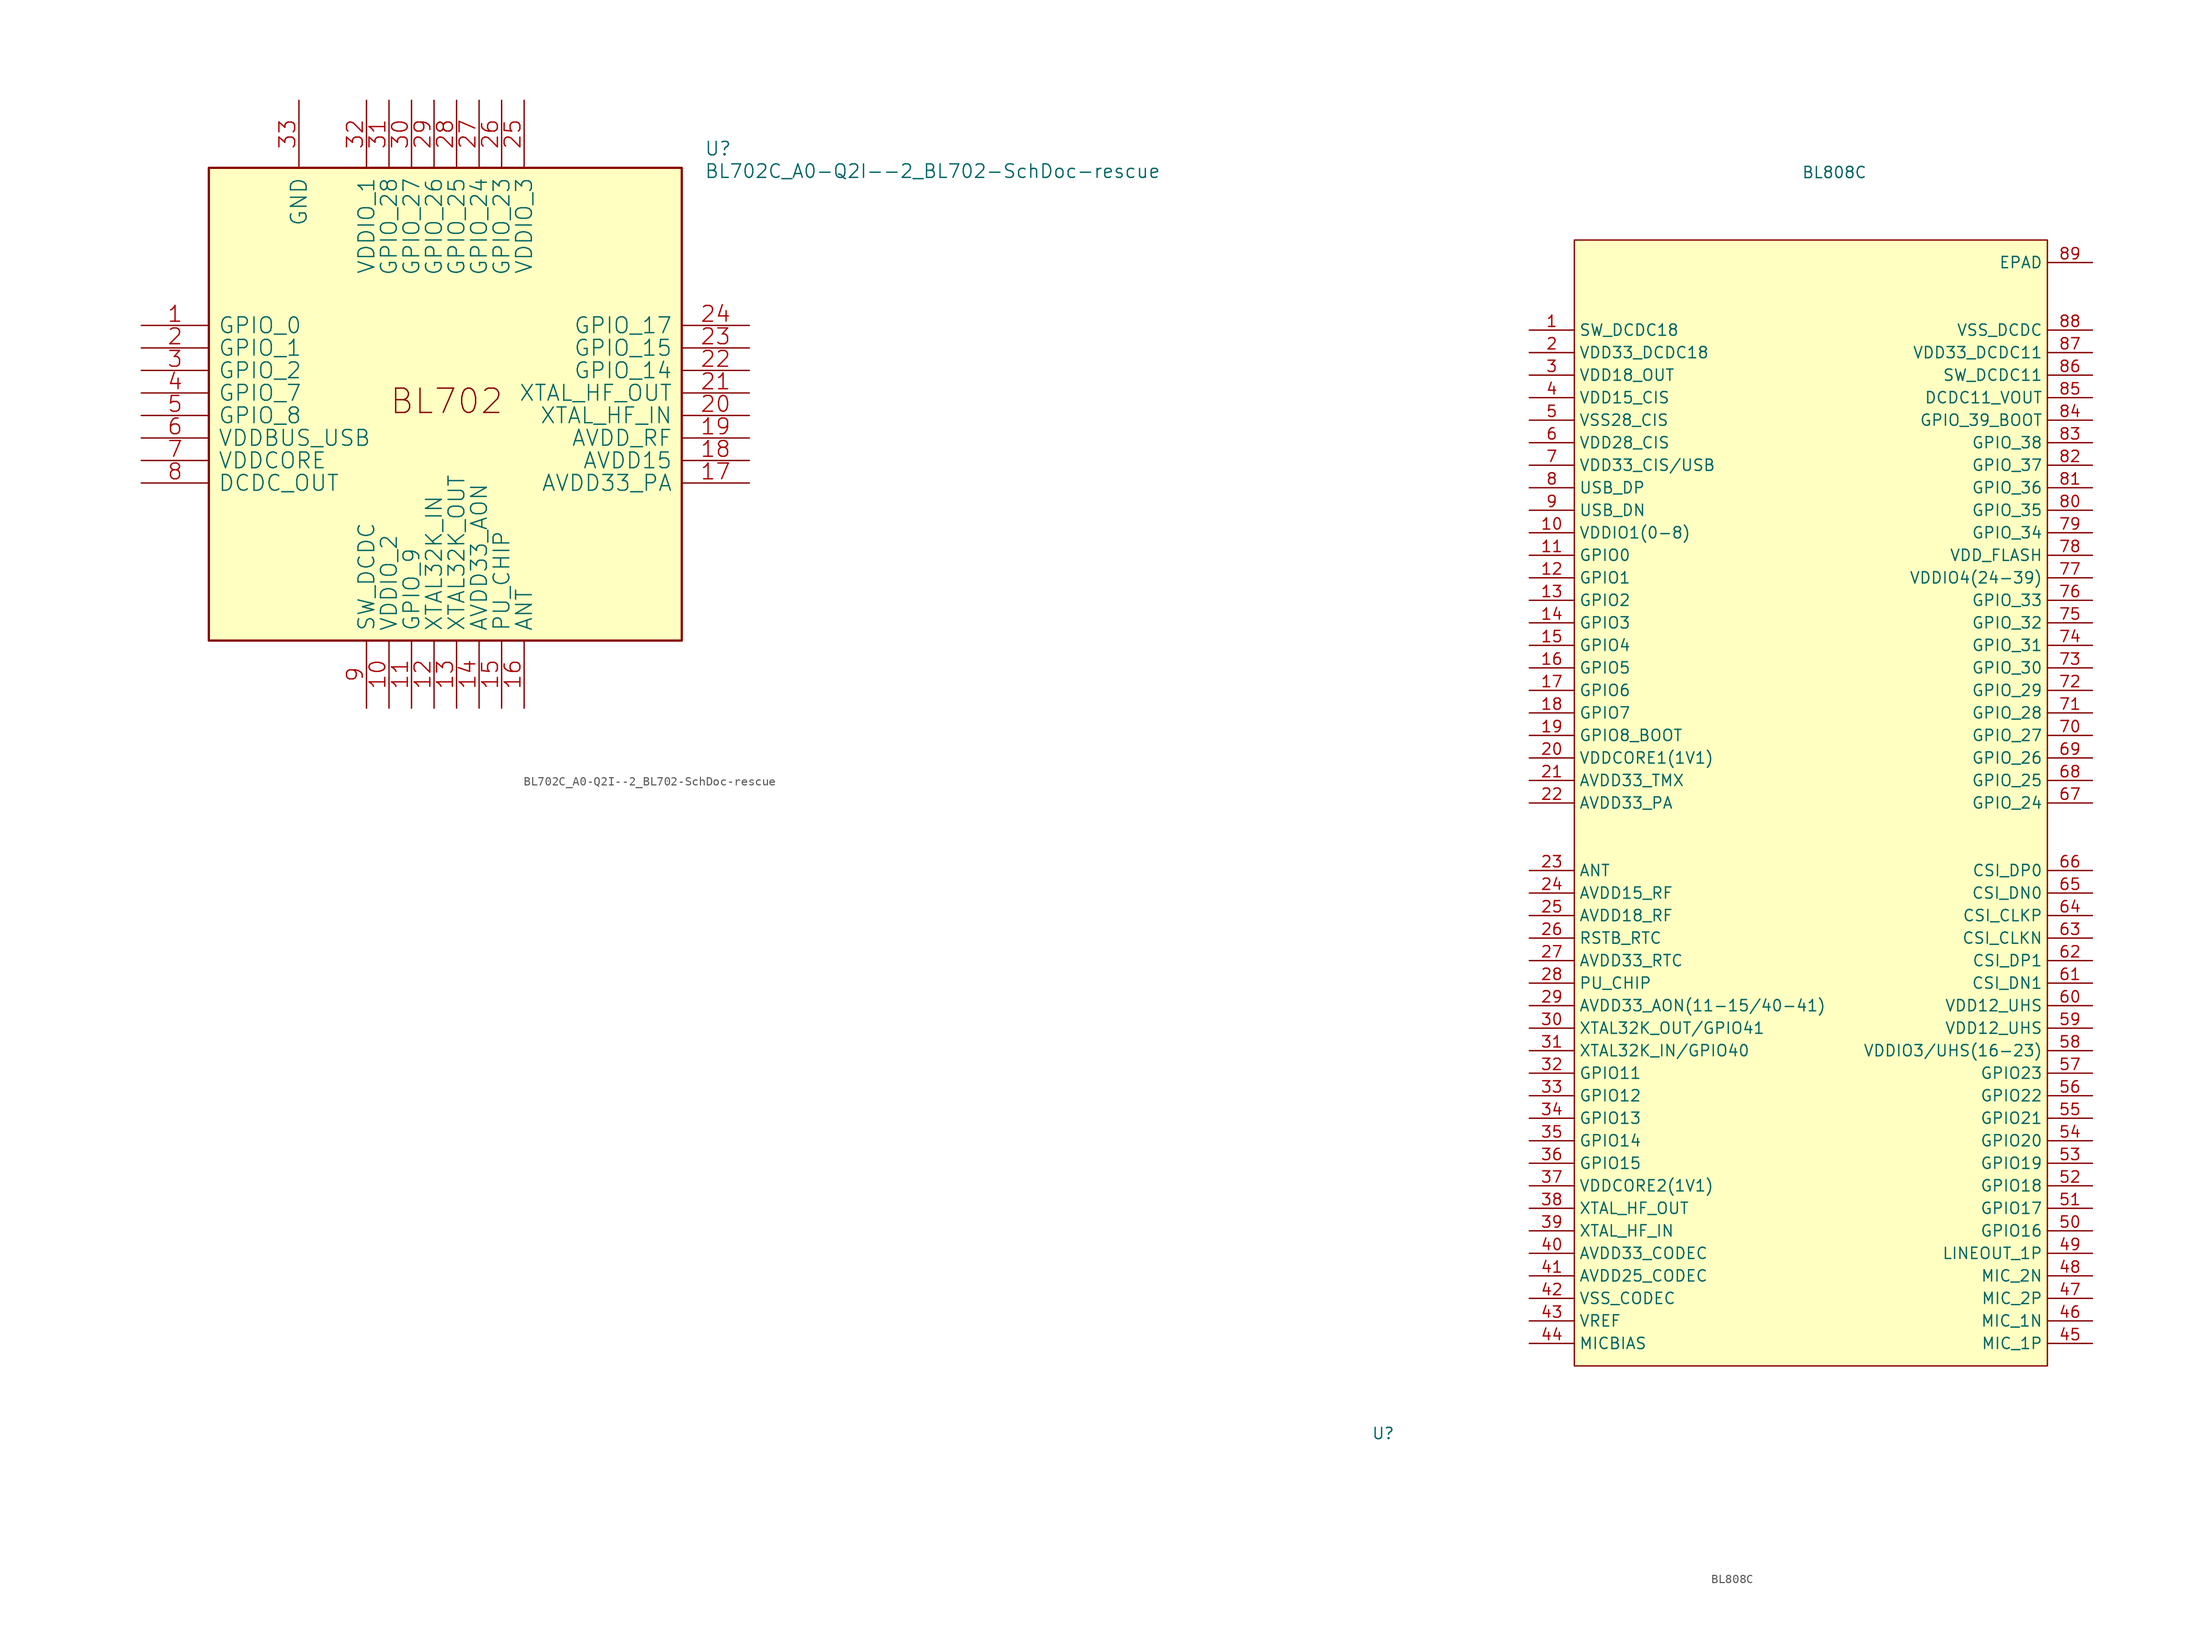
<source format=kicad_sym>
(kicad_symbol_lib
  (version 20211014)
  (generator kicad_symbol_editor)
  (symbol "BL702C_A0-Q2I--2_BL702-SchDoc-rescue"
    (pin_names
      (offset 1.016))
    (property "Reference" "U"
      (at 45.72 44.45 0)
      (effects (font (size 1.524 1.524)) (justify left bottom)))
    (property "Value" "BL702C_A0-Q2I--2_BL702-SchDoc-rescue"
      (at 45.72 41.91 0)
      (effects (font (size 1.524 1.524)) (justify left bottom)))
    (property "Footprint" ""
      (at 0 0 0)
      (effects (font (size 1.524 1.524))))
    (property "Datasheet" ""
      (at 0 0 0)
      (effects (font (size 1.524 1.524))))
    (symbol "BL702C_A0-Q2I--2_BL702-SchDoc-rescue_0_1"
      (rectangle (start -10.16 -10.16) (end 43.18 43.18) (stroke (width 0.254) (type default) (color 0 0 0 0)) (fill (type background)))
      (pin passive line (at -17.78 25.4 0) (length 7.62) (name "GPIO_0" (effects (font (size 1.778 1.778)))) (number "1" (effects (font (size 1.778 1.778)))))
      (pin passive line (at 10.16 -17.78 90) (length 7.62) (name "VDDIO_2" (effects (font (size 1.778 1.778)))) (number "10" (effects (font (size 1.778 1.778)))))
      (pin passive line (at 12.7 -17.78 90) (length 7.62) (name "GPIO_9" (effects (font (size 1.778 1.778)))) (number "11" (effects (font (size 1.778 1.778)))))
      (pin passive line (at 15.24 -17.78 90) (length 7.62) (name "XTAL32K_IN" (effects (font (size 1.778 1.778)))) (number "12" (effects (font (size 1.778 1.778)))))
      (pin passive line (at 17.78 -17.78 90) (length 7.62) (name "XTAL32K_OUT" (effects (font (size 1.778 1.778)))) (number "13" (effects (font (size 1.778 1.778)))))
      (pin passive line (at 20.32 -17.78 90) (length 7.62) (name "AVDD33_AON" (effects (font (size 1.778 1.778)))) (number "14" (effects (font (size 1.778 1.778)))))
      (pin passive line (at 22.86 -17.78 90) (length 7.62) (name "PU_CHIP" (effects (font (size 1.778 1.778)))) (number "15" (effects (font (size 1.778 1.778)))))
      (pin passive line (at 25.4 -17.78 90) (length 7.62) (name "ANT" (effects (font (size 1.778 1.778)))) (number "16" (effects (font (size 1.778 1.778)))))
      (pin passive line (at 50.8 7.62 180) (length 7.62) (name "AVDD33_PA" (effects (font (size 1.778 1.778)))) (number "17" (effects (font (size 1.778 1.778)))))
      (pin passive line (at 50.8 10.16 180) (length 7.62) (name "AVDD15" (effects (font (size 1.778 1.778)))) (number "18" (effects (font (size 1.778 1.778)))))
      (pin passive line (at 50.8 12.7 180) (length 7.62) (name "AVDD_RF" (effects (font (size 1.778 1.778)))) (number "19" (effects (font (size 1.778 1.778)))))
      (pin passive line (at -17.78 22.86 0) (length 7.62) (name "GPIO_1" (effects (font (size 1.778 1.778)))) (number "2" (effects (font (size 1.778 1.778)))))
      (pin passive line (at 50.8 15.24 180) (length 7.62) (name "XTAL_HF_IN" (effects (font (size 1.778 1.778)))) (number "20" (effects (font (size 1.778 1.778)))))
      (pin passive line (at 50.8 17.78 180) (length 7.62) (name "XTAL_HF_OUT" (effects (font (size 1.778 1.778)))) (number "21" (effects (font (size 1.778 1.778)))))
      (pin passive line (at 50.8 20.32 180) (length 7.62) (name "GPIO_14" (effects (font (size 1.778 1.778)))) (number "22" (effects (font (size 1.778 1.778)))))
      (pin passive line (at 50.8 22.86 180) (length 7.62) (name "GPIO_15" (effects (font (size 1.778 1.778)))) (number "23" (effects (font (size 1.778 1.778)))))
      (pin passive line (at 50.8 25.4 180) (length 7.62) (name "GPIO_17" (effects (font (size 1.778 1.778)))) (number "24" (effects (font (size 1.778 1.778)))))
      (pin passive line (at 25.4 50.8 270) (length 7.62) (name "VDDIO_3" (effects (font (size 1.778 1.778)))) (number "25" (effects (font (size 1.778 1.778)))))
      (pin passive line (at 22.86 50.8 270) (length 7.62) (name "GPIO_23" (effects (font (size 1.778 1.778)))) (number "26" (effects (font (size 1.778 1.778)))))
      (pin passive line (at 20.32 50.8 270) (length 7.62) (name "GPIO_24" (effects (font (size 1.778 1.778)))) (number "27" (effects (font (size 1.778 1.778)))))
      (pin passive line (at 17.78 50.8 270) (length 7.62) (name "GPIO_25" (effects (font (size 1.778 1.778)))) (number "28" (effects (font (size 1.778 1.778)))))
      (pin passive line (at 15.24 50.8 270) (length 7.62) (name "GPIO_26" (effects (font (size 1.778 1.778)))) (number "29" (effects (font (size 1.778 1.778)))))
      (pin passive line (at -17.78 20.32 0) (length 7.62) (name "GPIO_2" (effects (font (size 1.778 1.778)))) (number "3" (effects (font (size 1.778 1.778)))))
      (pin passive line (at 12.7 50.8 270) (length 7.62) (name "GPIO_27" (effects (font (size 1.778 1.778)))) (number "30" (effects (font (size 1.778 1.778)))))
      (pin passive line (at 10.16 50.8 270) (length 7.62) (name "GPIO_28" (effects (font (size 1.778 1.778)))) (number "31" (effects (font (size 1.778 1.778)))))
      (pin passive line (at 7.62 50.8 270) (length 7.62) (name "VDDIO_1" (effects (font (size 1.778 1.778)))) (number "32" (effects (font (size 1.778 1.778)))))
      (pin passive line (at 0 50.8 270) (length 7.62) (name "GND" (effects (font (size 1.778 1.778)))) (number "33" (effects (font (size 1.778 1.778)))))
      (pin passive line (at -17.78 17.78 0) (length 7.62) (name "GPIO_7" (effects (font (size 1.778 1.778)))) (number "4" (effects (font (size 1.778 1.778)))))
      (pin passive line (at -17.78 15.24 0) (length 7.62) (name "GPIO_8" (effects (font (size 1.778 1.778)))) (number "5" (effects (font (size 1.778 1.778)))))
      (pin passive line (at -17.78 12.7 0) (length 7.62) (name "VDDBUS_USB" (effects (font (size 1.778 1.778)))) (number "6" (effects (font (size 1.778 1.778)))))
      (pin passive line (at -17.78 10.16 0) (length 7.62) (name "VDDCORE" (effects (font (size 1.778 1.778)))) (number "7" (effects (font (size 1.778 1.778)))))
      (pin passive line (at -17.78 7.62 0) (length 7.62) (name "DCDC_OUT" (effects (font (size 1.778 1.778)))) (number "8" (effects (font (size 1.778 1.778)))))
      (pin passive line (at 7.62 -17.78 90) (length 7.62) (name "SW_DCDC" (effects (font (size 1.778 1.778)))) (number "9" (effects (font (size 1.778 1.778))))))
    (symbol "BL702C_A0-Q2I--2_BL702-SchDoc-rescue_1_1"
      (text "BL702" (at 10.16 15.24 0) (effects (font (size 2.743 2.743)) (justify left bottom)))))
  (symbol "BL808C"
    (property "Reference" "U"
      (at -33.02 -68.58 0)
      (effects (font (size 1.27 1.27)) (justify left)))
    (property "Value" "BL808C"
      (at 22.86 73.66 0)
      (effects (font (size 1.27 1.27)) (justify right)))
    (symbol "BL808C_0_1"
      (rectangle (start -10.16 66.04) (end 43.18 -60.96) (stroke (width 0.152) (type default) (color 0 0 0 0)) (fill (type background))))
    (symbol "BL808C_1_1"
      (pin free line (at -15.24 55.88 0) (length 5.08) (name "SW_DCDC18" (effects (font (size 1.27 1.27)))) (number "1" (effects (font (size 1.27 1.27)))))
      (pin free line (at -15.24 33.02 0) (length 5.08) (name "VDDIO1(0-8)" (effects (font (size 1.27 1.27)))) (number "10" (effects (font (size 1.27 1.27)))))
      (pin free line (at -15.24 30.48 0) (length 5.08) (name "GPIO0" (effects (font (size 1.27 1.27)))) (number "11" (effects (font (size 1.27 1.27)))))
      (pin free line (at -15.24 27.94 0) (length 5.08) (name "GPIO1" (effects (font (size 1.27 1.27)))) (number "12" (effects (font (size 1.27 1.27)))))
      (pin free line (at -15.24 25.4 0) (length 5.08) (name "GPIO2" (effects (font (size 1.27 1.27)))) (number "13" (effects (font (size 1.27 1.27)))))
      (pin free line (at -15.24 22.86 0) (length 5.08) (name "GPIO3" (effects (font (size 1.27 1.27)))) (number "14" (effects (font (size 1.27 1.27)))))
      (pin free line (at -15.24 20.32 0) (length 5.08) (name "GPIO4" (effects (font (size 1.27 1.27)))) (number "15" (effects (font (size 1.27 1.27)))))
      (pin free line (at -15.24 17.78 0) (length 5.08) (name "GPIO5" (effects (font (size 1.27 1.27)))) (number "16" (effects (font (size 1.27 1.27)))))
      (pin free line (at -15.24 15.24 0) (length 5.08) (name "GPIO6" (effects (font (size 1.27 1.27)))) (number "17" (effects (font (size 1.27 1.27)))))
      (pin free line (at -15.24 12.7 0) (length 5.08) (name "GPIO7" (effects (font (size 1.27 1.27)))) (number "18" (effects (font (size 1.27 1.27)))))
      (pin free line (at -15.24 10.16 0) (length 5.08) (name "GPIO8_BOOT" (effects (font (size 1.27 1.27)))) (number "19" (effects (font (size 1.27 1.27)))))
      (pin free line (at -15.24 53.34 0) (length 5.08) (name "VDD33_DCDC18" (effects (font (size 1.27 1.27)))) (number "2" (effects (font (size 1.27 1.27)))))
      (pin free line (at -15.24 7.62 0) (length 5.08) (name "VDDCORE1(1V1)" (effects (font (size 1.27 1.27)))) (number "20" (effects (font (size 1.27 1.27)))))
      (pin free line (at -15.24 5.08 0) (length 5.08) (name "AVDD33_TMX" (effects (font (size 1.27 1.27)))) (number "21" (effects (font (size 1.27 1.27)))))
      (pin free line (at -15.24 2.54 0) (length 5.08) (name "AVDD33_PA" (effects (font (size 1.27 1.27)))) (number "22" (effects (font (size 1.27 1.27)))))
      (pin free line (at -15.24 -5.08 0) (length 5.08) (name "ANT" (effects (font (size 1.27 1.27)))) (number "23" (effects (font (size 1.27 1.27)))))
      (pin free line (at -15.24 -7.62 0) (length 5.08) (name "AVDD15_RF" (effects (font (size 1.27 1.27)))) (number "24" (effects (font (size 1.27 1.27)))))
      (pin free line (at -15.24 -10.16 0) (length 5.08) (name "AVDD18_RF" (effects (font (size 1.27 1.27)))) (number "25" (effects (font (size 1.27 1.27)))))
      (pin free line (at -15.24 -12.7 0) (length 5.08) (name "RSTB_RTC" (effects (font (size 1.27 1.27)))) (number "26" (effects (font (size 1.27 1.27)))))
      (pin free line (at -15.24 -15.24 0) (length 5.08) (name "AVDD33_RTC" (effects (font (size 1.27 1.27)))) (number "27" (effects (font (size 1.27 1.27)))))
      (pin free line (at -15.24 -17.78 0) (length 5.08) (name "PU_CHIP" (effects (font (size 1.27 1.27)))) (number "28" (effects (font (size 1.27 1.27)))))
      (pin free line (at -15.24 -20.32 0) (length 5.08) (name "AVDD33_AON(11-15/40-41)" (effects (font (size 1.27 1.27)))) (number "29" (effects (font (size 1.27 1.27)))))
      (pin free line (at -15.24 50.8 0) (length 5.08) (name "VDD18_OUT" (effects (font (size 1.27 1.27)))) (number "3" (effects (font (size 1.27 1.27)))))
      (pin free line (at -15.24 -22.86 0) (length 5.08) (name "XTAL32K_OUT/GPIO41" (effects (font (size 1.27 1.27)))) (number "30" (effects (font (size 1.27 1.27)))))
      (pin free line (at -15.24 -25.4 0) (length 5.08) (name "XTAL32K_IN/GPIO40" (effects (font (size 1.27 1.27)))) (number "31" (effects (font (size 1.27 1.27)))))
      (pin free line (at -15.24 -27.94 0) (length 5.08) (name "GPIO11" (effects (font (size 1.27 1.27)))) (number "32" (effects (font (size 1.27 1.27)))))
      (pin free line (at -15.24 -30.48 0) (length 5.08) (name "GPIO12" (effects (font (size 1.27 1.27)))) (number "33" (effects (font (size 1.27 1.27)))))
      (pin free line (at -15.24 -33.02 0) (length 5.08) (name "GPIO13" (effects (font (size 1.27 1.27)))) (number "34" (effects (font (size 1.27 1.27)))))
      (pin free line (at -15.24 -35.56 0) (length 5.08) (name "GPIO14" (effects (font (size 1.27 1.27)))) (number "35" (effects (font (size 1.27 1.27)))))
      (pin free line (at -15.24 -38.1 0) (length 5.08) (name "GPIO15" (effects (font (size 1.27 1.27)))) (number "36" (effects (font (size 1.27 1.27)))))
      (pin free line (at -15.24 -40.64 0) (length 5.08) (name "VDDCORE2(1V1)" (effects (font (size 1.27 1.27)))) (number "37" (effects (font (size 1.27 1.27)))))
      (pin free line (at -15.24 -43.18 0) (length 5.08) (name "XTAL_HF_OUT" (effects (font (size 1.27 1.27)))) (number "38" (effects (font (size 1.27 1.27)))))
      (pin free line (at -15.24 -45.72 0) (length 5.08) (name "XTAL_HF_IN" (effects (font (size 1.27 1.27)))) (number "39" (effects (font (size 1.27 1.27)))))
      (pin free line (at -15.24 48.26 0) (length 5.08) (name "VDD15_CIS" (effects (font (size 1.27 1.27)))) (number "4" (effects (font (size 1.27 1.27)))))
      (pin free line (at -15.24 -48.26 0) (length 5.08) (name "AVDD33_CODEC" (effects (font (size 1.27 1.27)))) (number "40" (effects (font (size 1.27 1.27)))))
      (pin free line (at -15.24 -50.8 0) (length 5.08) (name "AVDD25_CODEC" (effects (font (size 1.27 1.27)))) (number "41" (effects (font (size 1.27 1.27)))))
      (pin free line (at -15.24 -53.34 0) (length 5.08) (name "VSS_CODEC" (effects (font (size 1.27 1.27)))) (number "42" (effects (font (size 1.27 1.27)))))
      (pin free line (at -15.24 -55.88 0) (length 5.08) (name "VREF" (effects (font (size 1.27 1.27)))) (number "43" (effects (font (size 1.27 1.27)))))
      (pin free line (at -15.24 -58.42 0) (length 5.08) (name "MICBIAS" (effects (font (size 1.27 1.27)))) (number "44" (effects (font (size 1.27 1.27)))))
      (pin free line (at 48.26 -58.42 180) (length 5.08) (name "MIC_1P" (effects (font (size 1.27 1.27)))) (number "45" (effects (font (size 1.27 1.27)))))
      (pin free line (at 48.26 -55.88 180) (length 5.08) (name "MIC_1N" (effects (font (size 1.27 1.27)))) (number "46" (effects (font (size 1.27 1.27)))))
      (pin free line (at 48.26 -53.34 180) (length 5.08) (name "MIC_2P" (effects (font (size 1.27 1.27)))) (number "47" (effects (font (size 1.27 1.27)))))
      (pin free line (at 48.26 -50.8 180) (length 5.08) (name "MIC_2N" (effects (font (size 1.27 1.27)))) (number "48" (effects (font (size 1.27 1.27)))))
      (pin free line (at 48.26 -48.26 180) (length 5.08) (name "LINEOUT_1P" (effects (font (size 1.27 1.27)))) (number "49" (effects (font (size 1.27 1.27)))))
      (pin free line (at -15.24 45.72 0) (length 5.08) (name "VSS28_CIS" (effects (font (size 1.27 1.27)))) (number "5" (effects (font (size 1.27 1.27)))))
      (pin free line (at 48.26 -45.72 180) (length 5.08) (name "GPIO16" (effects (font (size 1.27 1.27)))) (number "50" (effects (font (size 1.27 1.27)))))
      (pin free line (at 48.26 -43.18 180) (length 5.08) (name "GPIO17" (effects (font (size 1.27 1.27)))) (number "51" (effects (font (size 1.27 1.27)))))
      (pin free line (at 48.26 -40.64 180) (length 5.08) (name "GPIO18" (effects (font (size 1.27 1.27)))) (number "52" (effects (font (size 1.27 1.27)))))
      (pin free line (at 48.26 -38.1 180) (length 5.08) (name "GPIO19" (effects (font (size 1.27 1.27)))) (number "53" (effects (font (size 1.27 1.27)))))
      (pin free line (at 48.26 -35.56 180) (length 5.08) (name "GPIO20" (effects (font (size 1.27 1.27)))) (number "54" (effects (font (size 1.27 1.27)))))
      (pin free line (at 48.26 -33.02 180) (length 5.08) (name "GPIO21" (effects (font (size 1.27 1.27)))) (number "55" (effects (font (size 1.27 1.27)))))
      (pin free line (at 48.26 -30.48 180) (length 5.08) (name "GPIO22" (effects (font (size 1.27 1.27)))) (number "56" (effects (font (size 1.27 1.27)))))
      (pin free line (at 48.26 -27.94 180) (length 5.08) (name "GPIO23" (effects (font (size 1.27 1.27)))) (number "57" (effects (font (size 1.27 1.27)))))
      (pin free line (at 48.26 -25.4 180) (length 5.08) (name "VDDIO3/UHS(16-23)" (effects (font (size 1.27 1.27)))) (number "58" (effects (font (size 1.27 1.27)))))
      (pin free line (at 48.26 -22.86 180) (length 5.08) (name "VDD12_UHS" (effects (font (size 1.27 1.27)))) (number "59" (effects (font (size 1.27 1.27)))))
      (pin free line (at -15.24 43.18 0) (length 5.08) (name "VDD28_CIS" (effects (font (size 1.27 1.27)))) (number "6" (effects (font (size 1.27 1.27)))))
      (pin free line (at 48.26 -20.32 180) (length 5.08) (name "VDD12_UHS" (effects (font (size 1.27 1.27)))) (number "60" (effects (font (size 1.27 1.27)))))
      (pin free line (at 48.26 -17.78 180) (length 5.08) (name "CSI_DN1" (effects (font (size 1.27 1.27)))) (number "61" (effects (font (size 1.27 1.27)))))
      (pin free line (at 48.26 -15.24 180) (length 5.08) (name "CSI_DP1" (effects (font (size 1.27 1.27)))) (number "62" (effects (font (size 1.27 1.27)))))
      (pin free line (at 48.26 -12.7 180) (length 5.08) (name "CSI_CLKN" (effects (font (size 1.27 1.27)))) (number "63" (effects (font (size 1.27 1.27)))))
      (pin free line (at 48.26 -10.16 180) (length 5.08) (name "CSI_CLKP" (effects (font (size 1.27 1.27)))) (number "64" (effects (font (size 1.27 1.27)))))
      (pin free line (at 48.26 -7.62 180) (length 5.08) (name "CSI_DN0" (effects (font (size 1.27 1.27)))) (number "65" (effects (font (size 1.27 1.27)))))
      (pin free line (at 48.26 -5.08 180) (length 5.08) (name "CSI_DP0" (effects (font (size 1.27 1.27)))) (number "66" (effects (font (size 1.27 1.27)))))
      (pin free line (at 48.26 2.54 180) (length 5.08) (name "GPIO_24" (effects (font (size 1.27 1.27)))) (number "67" (effects (font (size 1.27 1.27)))))
      (pin free line (at 48.26 5.08 180) (length 5.08) (name "GPIO_25" (effects (font (size 1.27 1.27)))) (number "68" (effects (font (size 1.27 1.27)))))
      (pin free line (at 48.26 7.62 180) (length 5.08) (name "GPIO_26" (effects (font (size 1.27 1.27)))) (number "69" (effects (font (size 1.27 1.27)))))
      (pin free line (at -15.24 40.64 0) (length 5.08) (name "VDD33_CIS/USB" (effects (font (size 1.27 1.27)))) (number "7" (effects (font (size 1.27 1.27)))))
      (pin free line (at 48.26 10.16 180) (length 5.08) (name "GPIO_27" (effects (font (size 1.27 1.27)))) (number "70" (effects (font (size 1.27 1.27)))))
      (pin free line (at 48.26 12.7 180) (length 5.08) (name "GPIO_28" (effects (font (size 1.27 1.27)))) (number "71" (effects (font (size 1.27 1.27)))))
      (pin free line (at 48.26 15.24 180) (length 5.08) (name "GPIO_29" (effects (font (size 1.27 1.27)))) (number "72" (effects (font (size 1.27 1.27)))))
      (pin free line (at 48.26 17.78 180) (length 5.08) (name "GPIO_30" (effects (font (size 1.27 1.27)))) (number "73" (effects (font (size 1.27 1.27)))))
      (pin free line (at 48.26 20.32 180) (length 5.08) (name "GPIO_31" (effects (font (size 1.27 1.27)))) (number "74" (effects (font (size 1.27 1.27)))))
      (pin free line (at 48.26 22.86 180) (length 5.08) (name "GPIO_32" (effects (font (size 1.27 1.27)))) (number "75" (effects (font (size 1.27 1.27)))))
      (pin free line (at 48.26 25.4 180) (length 5.08) (name "GPIO_33" (effects (font (size 1.27 1.27)))) (number "76" (effects (font (size 1.27 1.27)))))
      (pin free line (at 48.26 27.94 180) (length 5.08) (name "VDDIO4(24-39)" (effects (font (size 1.27 1.27)))) (number "77" (effects (font (size 1.27 1.27)))))
      (pin free line (at 48.26 30.48 180) (length 5.08) (name "VDD_FLASH" (effects (font (size 1.27 1.27)))) (number "78" (effects (font (size 1.27 1.27)))))
      (pin free line (at 48.26 33.02 180) (length 5.08) (name "GPIO_34" (effects (font (size 1.27 1.27)))) (number "79" (effects (font (size 1.27 1.27)))))
      (pin free line (at -15.24 38.1 0) (length 5.08) (name "USB_DP" (effects (font (size 1.27 1.27)))) (number "8" (effects (font (size 1.27 1.27)))))
      (pin free line (at 48.26 35.56 180) (length 5.08) (name "GPIO_35" (effects (font (size 1.27 1.27)))) (number "80" (effects (font (size 1.27 1.27)))))
      (pin free line (at 48.26 38.1 180) (length 5.08) (name "GPIO_36" (effects (font (size 1.27 1.27)))) (number "81" (effects (font (size 1.27 1.27)))))
      (pin free line (at 48.26 40.64 180) (length 5.08) (name "GPIO_37" (effects (font (size 1.27 1.27)))) (number "82" (effects (font (size 1.27 1.27)))))
      (pin free line (at 48.26 43.18 180) (length 5.08) (name "GPIO_38" (effects (font (size 1.27 1.27)))) (number "83" (effects (font (size 1.27 1.27)))))
      (pin free line (at 48.26 45.72 180) (length 5.08) (name "GPIO_39_BOOT" (effects (font (size 1.27 1.27)))) (number "84" (effects (font (size 1.27 1.27)))))
      (pin free line (at 48.26 48.26 180) (length 5.08) (name "DCDC11_VOUT" (effects (font (size 1.27 1.27)))) (number "85" (effects (font (size 1.27 1.27)))))
      (pin free line (at 48.26 50.8 180) (length 5.08) (name "SW_DCDC11" (effects (font (size 1.27 1.27)))) (number "86" (effects (font (size 1.27 1.27)))))
      (pin free line (at 48.26 53.34 180) (length 5.08) (name "VDD33_DCDC11" (effects (font (size 1.27 1.27)))) (number "87" (effects (font (size 1.27 1.27)))))
      (pin free line (at 48.26 55.88 180) (length 5.08) (name "VSS_DCDC" (effects (font (size 1.27 1.27)))) (number "88" (effects (font (size 1.27 1.27)))))
      (pin free line (at 48.26 63.5 180) (length 5.08) (name "EPAD" (effects (font (size 1.27 1.27)))) (number "89" (effects (font (size 1.27 1.27)))))
      (pin free line (at -15.24 35.56 0) (length 5.08) (name "USB_DN" (effects (font (size 1.27 1.27)))) (number "9" (effects (font (size 1.27 1.27))))))))
</source>
